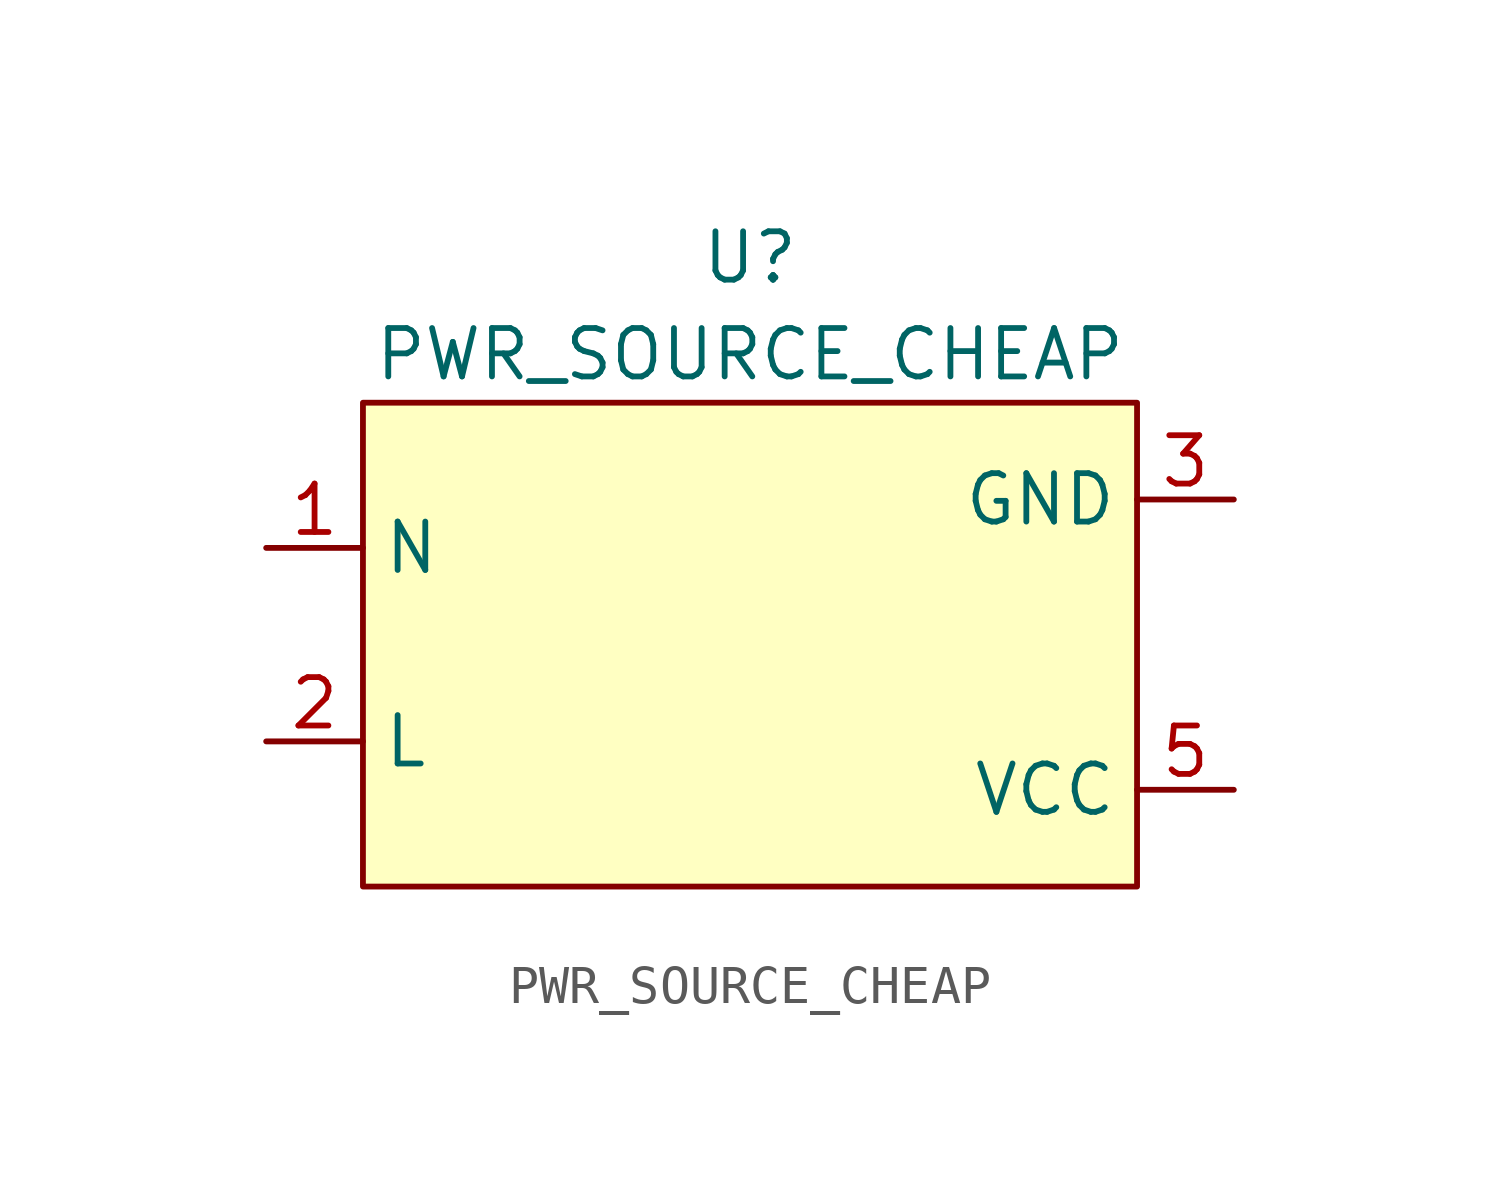
<source format=kicad_sym>
(kicad_symbol_lib
  (version 20211014)
  (generator kicad_symbol_editor)
  (symbol "PWR_SOURCE_CHEAP"
    (property "Reference" "U"
      (at 0 10.16 0)
      (effects (font (size 1.27 1.27))))
    (property "Value" "PWR_SOURCE_CHEAP"
      (at 0 7.62 0)
      (effects (font (size 1.27 1.27))))
    (symbol "PWR_SOURCE_CHEAP_0_1"
      (rectangle (start -10.16 6.35) (end 10.16 -6.35) (stroke (width 0) (type default) (color 0 0 0 0)) (fill (type background))))
    (symbol "PWR_SOURCE_CHEAP_1_1"
      (pin input line (at -12.7 2.54 0) (length 2.54) (name "N" (effects (font (size 1.27 1.27)))) (number "1" (effects (font (size 1.27 1.27)))))
      (pin input line (at -12.7 -2.54 0) (length 2.54) (name "L" (effects (font (size 1.27 1.27)))) (number "2" (effects (font (size 1.27 1.27)))))
      (pin output line (at 12.7 3.81 180) (length 2.54) (name "GND" (effects (font (size 1.27 1.27)))) (number "3" (effects (font (size 1.27 1.27)))))
      (pin output line (at 12.7 -3.81 180) (length 2.54) (name "VCC" (effects (font (size 1.27 1.27)))) (number "5" (effects (font (size 1.27 1.27))))))))
</source>
